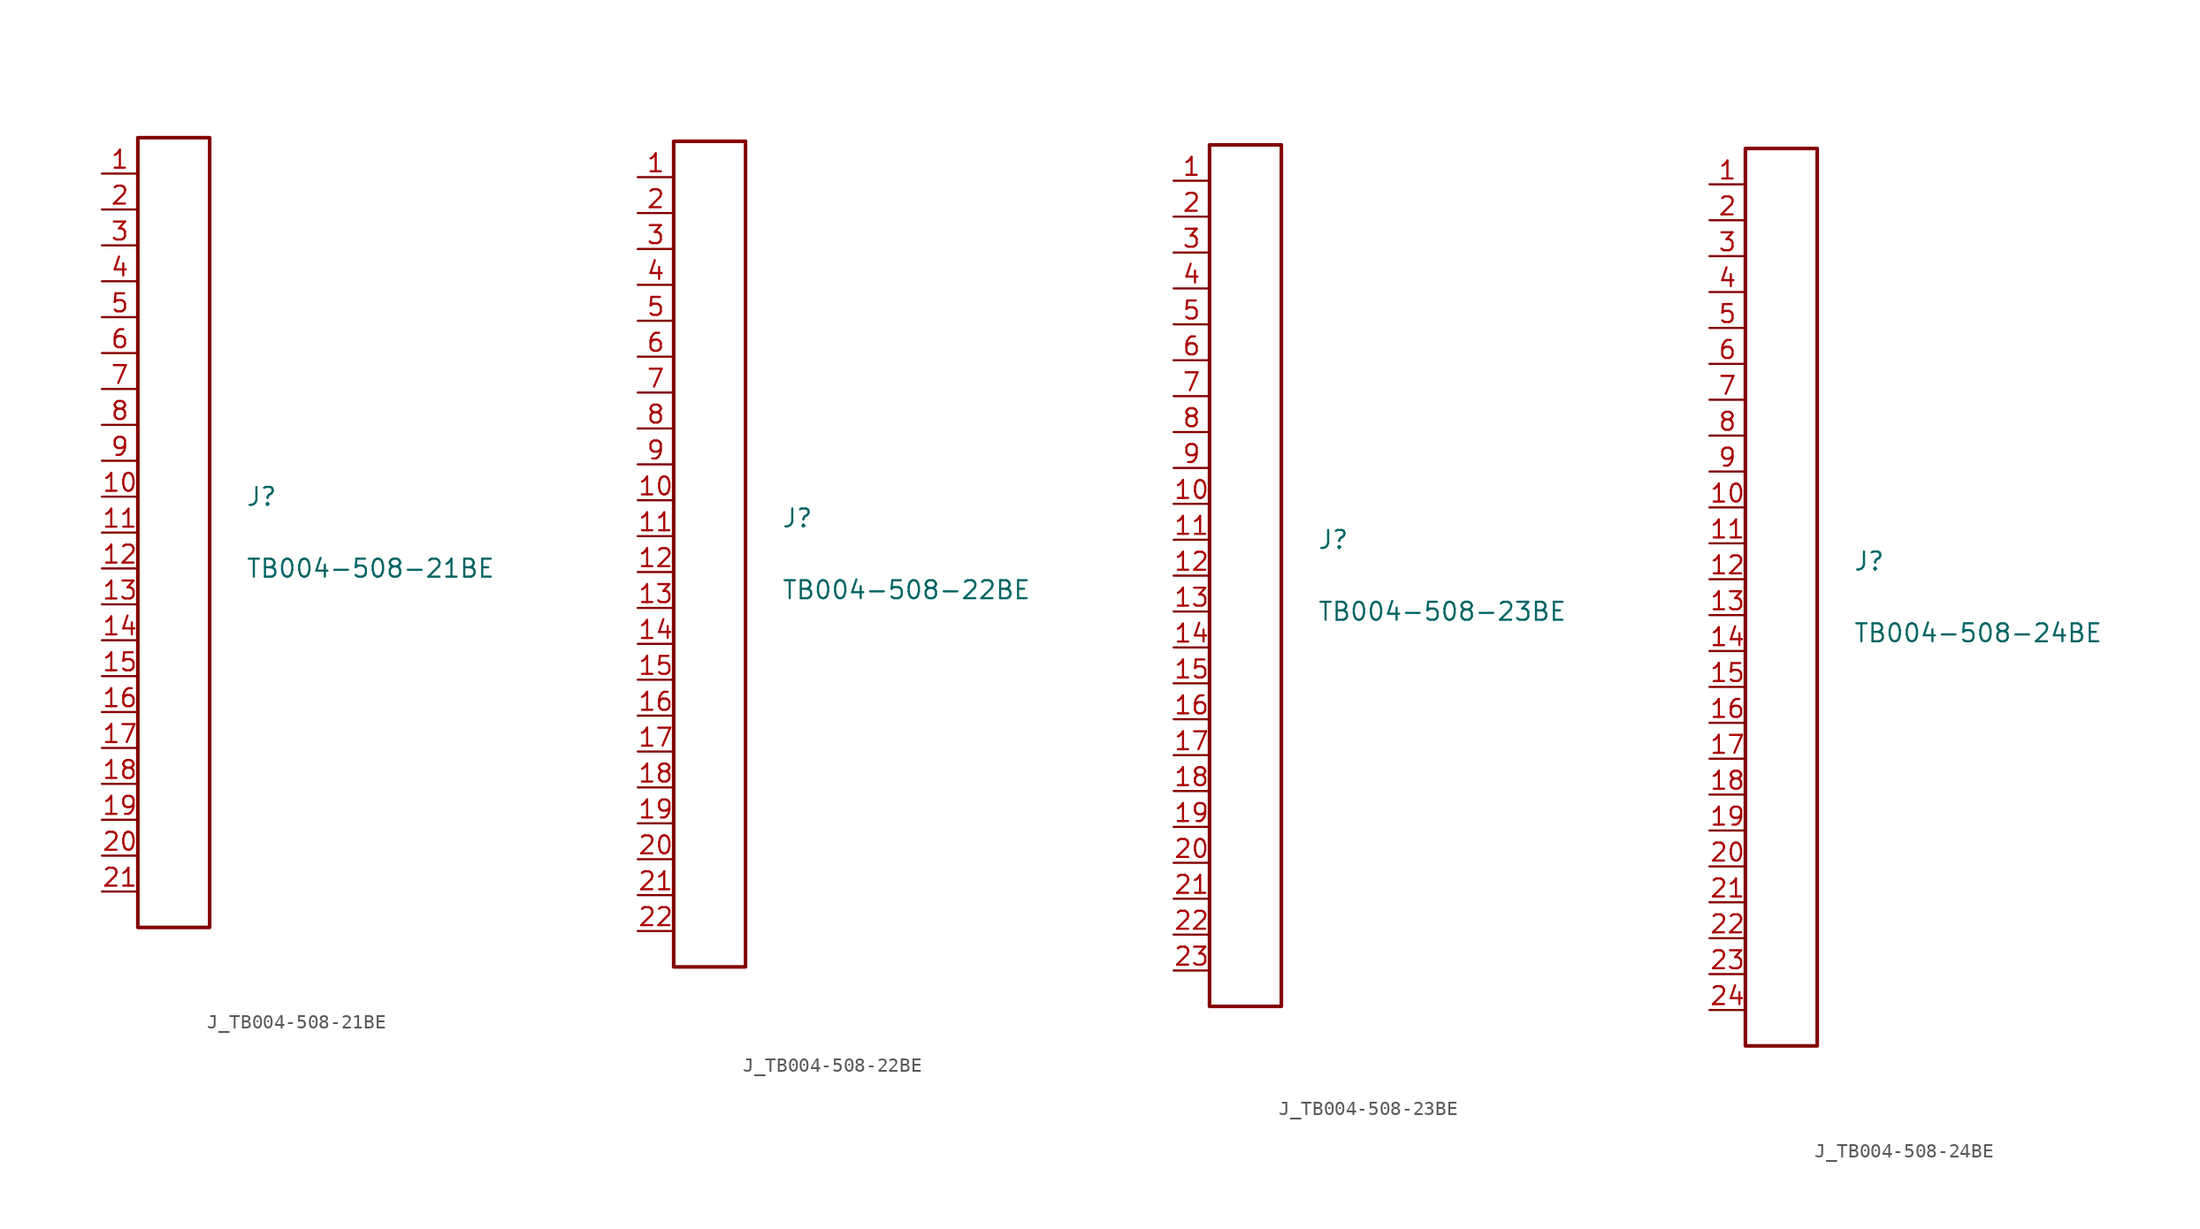
<source format=kicad_sym>
(kicad_symbol_lib
  (version 20231120)
  (generator kicad_symbol_editor)
  (generator_version 8.0)
  (symbol "J_TB004-508-21BE"
    (pin_names
      (offset 0.254))
    (property "Reference" "J"
      (at 5.08 2.54 0)
      (effects (font (size 1.27 1.27)) (justify left)))
    (property "Value" "TB004-508-21BE"
      (at 5.08 -2.54 0)
      (effects (font (size 1.27 1.27)) (justify left)))
    (symbol "J_TB004-508-21BE_0_0"
      (pin unspecified line (at -5.08 25.4 0) (length 2.54) (name "" (effects (font (size 1.27 1.27)))) (number "1" (effects (font (size 1.27 1.27)))))
      (pin unspecified line (at -5.08 22.86 0) (length 2.54) (name "" (effects (font (size 1.27 1.27)))) (number "2" (effects (font (size 1.27 1.27)))))
      (pin unspecified line (at -5.08 20.32 0) (length 2.54) (name "" (effects (font (size 1.27 1.27)))) (number "3" (effects (font (size 1.27 1.27)))))
      (pin unspecified line (at -5.08 17.78 0) (length 2.54) (name "" (effects (font (size 1.27 1.27)))) (number "4" (effects (font (size 1.27 1.27)))))
      (pin unspecified line (at -5.08 15.24 0) (length 2.54) (name "" (effects (font (size 1.27 1.27)))) (number "5" (effects (font (size 1.27 1.27)))))
      (pin unspecified line (at -5.08 12.7 0) (length 2.54) (name "" (effects (font (size 1.27 1.27)))) (number "6" (effects (font (size 1.27 1.27)))))
      (pin unspecified line (at -5.08 10.16 0) (length 2.54) (name "" (effects (font (size 1.27 1.27)))) (number "7" (effects (font (size 1.27 1.27)))))
      (pin unspecified line (at -5.08 7.62 0) (length 2.54) (name "" (effects (font (size 1.27 1.27)))) (number "8" (effects (font (size 1.27 1.27)))))
      (pin unspecified line (at -5.08 5.08 0) (length 2.54) (name "" (effects (font (size 1.27 1.27)))) (number "9" (effects (font (size 1.27 1.27)))))
      (pin unspecified line (at -5.08 2.54 0) (length 2.54) (name "" (effects (font (size 1.27 1.27)))) (number "10" (effects (font (size 1.27 1.27)))))
      (pin unspecified line (at -5.08 0.0 0) (length 2.54) (name "" (effects (font (size 1.27 1.27)))) (number "11" (effects (font (size 1.27 1.27)))))
      (pin unspecified line (at -5.08 -2.54 0) (length 2.54) (name "" (effects (font (size 1.27 1.27)))) (number "12" (effects (font (size 1.27 1.27)))))
      (pin unspecified line (at -5.08 -5.08 0) (length 2.54) (name "" (effects (font (size 1.27 1.27)))) (number "13" (effects (font (size 1.27 1.27)))))
      (pin unspecified line (at -5.08 -7.62 0) (length 2.54) (name "" (effects (font (size 1.27 1.27)))) (number "14" (effects (font (size 1.27 1.27)))))
      (pin unspecified line (at -5.08 -10.16 0) (length 2.54) (name "" (effects (font (size 1.27 1.27)))) (number "15" (effects (font (size 1.27 1.27)))))
      (pin unspecified line (at -5.08 -12.7 0) (length 2.54) (name "" (effects (font (size 1.27 1.27)))) (number "16" (effects (font (size 1.27 1.27)))))
      (pin unspecified line (at -5.08 -15.24 0) (length 2.54) (name "" (effects (font (size 1.27 1.27)))) (number "17" (effects (font (size 1.27 1.27)))))
      (pin unspecified line (at -5.08 -17.78 0) (length 2.54) (name "" (effects (font (size 1.27 1.27)))) (number "18" (effects (font (size 1.27 1.27)))))
      (pin unspecified line (at -5.08 -20.32 0) (length 2.54) (name "" (effects (font (size 1.27 1.27)))) (number "19" (effects (font (size 1.27 1.27)))))
      (pin unspecified line (at -5.08 -22.86 0) (length 2.54) (name "" (effects (font (size 1.27 1.27)))) (number "20" (effects (font (size 1.27 1.27)))))
      (pin unspecified line (at -5.08 -25.4 0) (length 2.54) (name "" (effects (font (size 1.27 1.27)))) (number "21" (effects (font (size 1.27 1.27))))))
    (symbol "J_TB004-508-21BE_1_0"
      (rectangle (start -2.54 27.94) (end 2.54 -27.94) (stroke (width 0.254) (type solid)) (fill (type none)))))
  (symbol "J_TB004-508-22BE"
    (pin_names
      (offset 0.254))
    (property "Reference" "J"
      (at 5.08 2.54 0)
      (effects (font (size 1.27 1.27)) (justify left)))
    (property "Value" "TB004-508-22BE"
      (at 5.08 -2.54 0)
      (effects (font (size 1.27 1.27)) (justify left)))
    (symbol "J_TB004-508-22BE_0_0"
      (pin unspecified line (at -5.08 26.67 0) (length 2.54) (name "" (effects (font (size 1.27 1.27)))) (number "1" (effects (font (size 1.27 1.27)))))
      (pin unspecified line (at -5.08 24.13 0) (length 2.54) (name "" (effects (font (size 1.27 1.27)))) (number "2" (effects (font (size 1.27 1.27)))))
      (pin unspecified line (at -5.08 21.59 0) (length 2.54) (name "" (effects (font (size 1.27 1.27)))) (number "3" (effects (font (size 1.27 1.27)))))
      (pin unspecified line (at -5.08 19.05 0) (length 2.54) (name "" (effects (font (size 1.27 1.27)))) (number "4" (effects (font (size 1.27 1.27)))))
      (pin unspecified line (at -5.08 16.51 0) (length 2.54) (name "" (effects (font (size 1.27 1.27)))) (number "5" (effects (font (size 1.27 1.27)))))
      (pin unspecified line (at -5.08 13.97 0) (length 2.54) (name "" (effects (font (size 1.27 1.27)))) (number "6" (effects (font (size 1.27 1.27)))))
      (pin unspecified line (at -5.08 11.43 0) (length 2.54) (name "" (effects (font (size 1.27 1.27)))) (number "7" (effects (font (size 1.27 1.27)))))
      (pin unspecified line (at -5.08 8.89 0) (length 2.54) (name "" (effects (font (size 1.27 1.27)))) (number "8" (effects (font (size 1.27 1.27)))))
      (pin unspecified line (at -5.08 6.35 0) (length 2.54) (name "" (effects (font (size 1.27 1.27)))) (number "9" (effects (font (size 1.27 1.27)))))
      (pin unspecified line (at -5.08 3.81 0) (length 2.54) (name "" (effects (font (size 1.27 1.27)))) (number "10" (effects (font (size 1.27 1.27)))))
      (pin unspecified line (at -5.08 1.27 0) (length 2.54) (name "" (effects (font (size 1.27 1.27)))) (number "11" (effects (font (size 1.27 1.27)))))
      (pin unspecified line (at -5.08 -1.27 0) (length 2.54) (name "" (effects (font (size 1.27 1.27)))) (number "12" (effects (font (size 1.27 1.27)))))
      (pin unspecified line (at -5.08 -3.81 0) (length 2.54) (name "" (effects (font (size 1.27 1.27)))) (number "13" (effects (font (size 1.27 1.27)))))
      (pin unspecified line (at -5.08 -6.35 0) (length 2.54) (name "" (effects (font (size 1.27 1.27)))) (number "14" (effects (font (size 1.27 1.27)))))
      (pin unspecified line (at -5.08 -8.89 0) (length 2.54) (name "" (effects (font (size 1.27 1.27)))) (number "15" (effects (font (size 1.27 1.27)))))
      (pin unspecified line (at -5.08 -11.43 0) (length 2.54) (name "" (effects (font (size 1.27 1.27)))) (number "16" (effects (font (size 1.27 1.27)))))
      (pin unspecified line (at -5.08 -13.97 0) (length 2.54) (name "" (effects (font (size 1.27 1.27)))) (number "17" (effects (font (size 1.27 1.27)))))
      (pin unspecified line (at -5.08 -16.51 0) (length 2.54) (name "" (effects (font (size 1.27 1.27)))) (number "18" (effects (font (size 1.27 1.27)))))
      (pin unspecified line (at -5.08 -19.05 0) (length 2.54) (name "" (effects (font (size 1.27 1.27)))) (number "19" (effects (font (size 1.27 1.27)))))
      (pin unspecified line (at -5.08 -21.59 0) (length 2.54) (name "" (effects (font (size 1.27 1.27)))) (number "20" (effects (font (size 1.27 1.27)))))
      (pin unspecified line (at -5.08 -24.13 0) (length 2.54) (name "" (effects (font (size 1.27 1.27)))) (number "21" (effects (font (size 1.27 1.27)))))
      (pin unspecified line (at -5.08 -26.67 0) (length 2.54) (name "" (effects (font (size 1.27 1.27)))) (number "22" (effects (font (size 1.27 1.27))))))
    (symbol "J_TB004-508-22BE_1_0"
      (rectangle (start -2.54 29.21) (end 2.54 -29.21) (stroke (width 0.254) (type solid)) (fill (type none)))))
  (symbol "J_TB004-508-23BE"
    (pin_names
      (offset 0.254))
    (property "Reference" "J"
      (at 5.08 2.54 0)
      (effects (font (size 1.27 1.27)) (justify left)))
    (property "Value" "TB004-508-23BE"
      (at 5.08 -2.54 0)
      (effects (font (size 1.27 1.27)) (justify left)))
    (symbol "J_TB004-508-23BE_0_0"
      (pin unspecified line (at -5.08 27.94 0) (length 2.54) (name "" (effects (font (size 1.27 1.27)))) (number "1" (effects (font (size 1.27 1.27)))))
      (pin unspecified line (at -5.08 25.4 0) (length 2.54) (name "" (effects (font (size 1.27 1.27)))) (number "2" (effects (font (size 1.27 1.27)))))
      (pin unspecified line (at -5.08 22.86 0) (length 2.54) (name "" (effects (font (size 1.27 1.27)))) (number "3" (effects (font (size 1.27 1.27)))))
      (pin unspecified line (at -5.08 20.32 0) (length 2.54) (name "" (effects (font (size 1.27 1.27)))) (number "4" (effects (font (size 1.27 1.27)))))
      (pin unspecified line (at -5.08 17.78 0) (length 2.54) (name "" (effects (font (size 1.27 1.27)))) (number "5" (effects (font (size 1.27 1.27)))))
      (pin unspecified line (at -5.08 15.24 0) (length 2.54) (name "" (effects (font (size 1.27 1.27)))) (number "6" (effects (font (size 1.27 1.27)))))
      (pin unspecified line (at -5.08 12.7 0) (length 2.54) (name "" (effects (font (size 1.27 1.27)))) (number "7" (effects (font (size 1.27 1.27)))))
      (pin unspecified line (at -5.08 10.16 0) (length 2.54) (name "" (effects (font (size 1.27 1.27)))) (number "8" (effects (font (size 1.27 1.27)))))
      (pin unspecified line (at -5.08 7.62 0) (length 2.54) (name "" (effects (font (size 1.27 1.27)))) (number "9" (effects (font (size 1.27 1.27)))))
      (pin unspecified line (at -5.08 5.08 0) (length 2.54) (name "" (effects (font (size 1.27 1.27)))) (number "10" (effects (font (size 1.27 1.27)))))
      (pin unspecified line (at -5.08 2.54 0) (length 2.54) (name "" (effects (font (size 1.27 1.27)))) (number "11" (effects (font (size 1.27 1.27)))))
      (pin unspecified line (at -5.08 0.0 0) (length 2.54) (name "" (effects (font (size 1.27 1.27)))) (number "12" (effects (font (size 1.27 1.27)))))
      (pin unspecified line (at -5.08 -2.54 0) (length 2.54) (name "" (effects (font (size 1.27 1.27)))) (number "13" (effects (font (size 1.27 1.27)))))
      (pin unspecified line (at -5.08 -5.08 0) (length 2.54) (name "" (effects (font (size 1.27 1.27)))) (number "14" (effects (font (size 1.27 1.27)))))
      (pin unspecified line (at -5.08 -7.62 0) (length 2.54) (name "" (effects (font (size 1.27 1.27)))) (number "15" (effects (font (size 1.27 1.27)))))
      (pin unspecified line (at -5.08 -10.16 0) (length 2.54) (name "" (effects (font (size 1.27 1.27)))) (number "16" (effects (font (size 1.27 1.27)))))
      (pin unspecified line (at -5.08 -12.7 0) (length 2.54) (name "" (effects (font (size 1.27 1.27)))) (number "17" (effects (font (size 1.27 1.27)))))
      (pin unspecified line (at -5.08 -15.24 0) (length 2.54) (name "" (effects (font (size 1.27 1.27)))) (number "18" (effects (font (size 1.27 1.27)))))
      (pin unspecified line (at -5.08 -17.78 0) (length 2.54) (name "" (effects (font (size 1.27 1.27)))) (number "19" (effects (font (size 1.27 1.27)))))
      (pin unspecified line (at -5.08 -20.32 0) (length 2.54) (name "" (effects (font (size 1.27 1.27)))) (number "20" (effects (font (size 1.27 1.27)))))
      (pin unspecified line (at -5.08 -22.86 0) (length 2.54) (name "" (effects (font (size 1.27 1.27)))) (number "21" (effects (font (size 1.27 1.27)))))
      (pin unspecified line (at -5.08 -25.4 0) (length 2.54) (name "" (effects (font (size 1.27 1.27)))) (number "22" (effects (font (size 1.27 1.27)))))
      (pin unspecified line (at -5.08 -27.94 0) (length 2.54) (name "" (effects (font (size 1.27 1.27)))) (number "23" (effects (font (size 1.27 1.27))))))
    (symbol "J_TB004-508-23BE_1_0"
      (rectangle (start -2.54 30.48) (end 2.54 -30.48) (stroke (width 0.254) (type solid)) (fill (type none)))))
  (symbol "J_TB004-508-24BE"
    (pin_names
      (offset 0.254))
    (property "Reference" "J"
      (at 5.08 2.54 0)
      (effects (font (size 1.27 1.27)) (justify left)))
    (property "Value" "TB004-508-24BE"
      (at 5.08 -2.54 0)
      (effects (font (size 1.27 1.27)) (justify left)))
    (symbol "J_TB004-508-24BE_0_0"
      (pin unspecified line (at -5.08 29.21 0) (length 2.54) (name "" (effects (font (size 1.27 1.27)))) (number "1" (effects (font (size 1.27 1.27)))))
      (pin unspecified line (at -5.08 26.67 0) (length 2.54) (name "" (effects (font (size 1.27 1.27)))) (number "2" (effects (font (size 1.27 1.27)))))
      (pin unspecified line (at -5.08 24.13 0) (length 2.54) (name "" (effects (font (size 1.27 1.27)))) (number "3" (effects (font (size 1.27 1.27)))))
      (pin unspecified line (at -5.08 21.59 0) (length 2.54) (name "" (effects (font (size 1.27 1.27)))) (number "4" (effects (font (size 1.27 1.27)))))
      (pin unspecified line (at -5.08 19.05 0) (length 2.54) (name "" (effects (font (size 1.27 1.27)))) (number "5" (effects (font (size 1.27 1.27)))))
      (pin unspecified line (at -5.08 16.51 0) (length 2.54) (name "" (effects (font (size 1.27 1.27)))) (number "6" (effects (font (size 1.27 1.27)))))
      (pin unspecified line (at -5.08 13.97 0) (length 2.54) (name "" (effects (font (size 1.27 1.27)))) (number "7" (effects (font (size 1.27 1.27)))))
      (pin unspecified line (at -5.08 11.43 0) (length 2.54) (name "" (effects (font (size 1.27 1.27)))) (number "8" (effects (font (size 1.27 1.27)))))
      (pin unspecified line (at -5.08 8.89 0) (length 2.54) (name "" (effects (font (size 1.27 1.27)))) (number "9" (effects (font (size 1.27 1.27)))))
      (pin unspecified line (at -5.08 6.35 0) (length 2.54) (name "" (effects (font (size 1.27 1.27)))) (number "10" (effects (font (size 1.27 1.27)))))
      (pin unspecified line (at -5.08 3.81 0) (length 2.54) (name "" (effects (font (size 1.27 1.27)))) (number "11" (effects (font (size 1.27 1.27)))))
      (pin unspecified line (at -5.08 1.27 0) (length 2.54) (name "" (effects (font (size 1.27 1.27)))) (number "12" (effects (font (size 1.27 1.27)))))
      (pin unspecified line (at -5.08 -1.27 0) (length 2.54) (name "" (effects (font (size 1.27 1.27)))) (number "13" (effects (font (size 1.27 1.27)))))
      (pin unspecified line (at -5.08 -3.81 0) (length 2.54) (name "" (effects (font (size 1.27 1.27)))) (number "14" (effects (font (size 1.27 1.27)))))
      (pin unspecified line (at -5.08 -6.35 0) (length 2.54) (name "" (effects (font (size 1.27 1.27)))) (number "15" (effects (font (size 1.27 1.27)))))
      (pin unspecified line (at -5.08 -8.89 0) (length 2.54) (name "" (effects (font (size 1.27 1.27)))) (number "16" (effects (font (size 1.27 1.27)))))
      (pin unspecified line (at -5.08 -11.43 0) (length 2.54) (name "" (effects (font (size 1.27 1.27)))) (number "17" (effects (font (size 1.27 1.27)))))
      (pin unspecified line (at -5.08 -13.97 0) (length 2.54) (name "" (effects (font (size 1.27 1.27)))) (number "18" (effects (font (size 1.27 1.27)))))
      (pin unspecified line (at -5.08 -16.51 0) (length 2.54) (name "" (effects (font (size 1.27 1.27)))) (number "19" (effects (font (size 1.27 1.27)))))
      (pin unspecified line (at -5.08 -19.05 0) (length 2.54) (name "" (effects (font (size 1.27 1.27)))) (number "20" (effects (font (size 1.27 1.27)))))
      (pin unspecified line (at -5.08 -21.59 0) (length 2.54) (name "" (effects (font (size 1.27 1.27)))) (number "21" (effects (font (size 1.27 1.27)))))
      (pin unspecified line (at -5.08 -24.13 0) (length 2.54) (name "" (effects (font (size 1.27 1.27)))) (number "22" (effects (font (size 1.27 1.27)))))
      (pin unspecified line (at -5.08 -26.67 0) (length 2.54) (name "" (effects (font (size 1.27 1.27)))) (number "23" (effects (font (size 1.27 1.27)))))
      (pin unspecified line (at -5.08 -29.21 0) (length 2.54) (name "" (effects (font (size 1.27 1.27)))) (number "24" (effects (font (size 1.27 1.27))))))
    (symbol "J_TB004-508-24BE_1_0"
      (rectangle (start -2.54 31.75) (end 2.54 -31.75) (stroke (width 0.254) (type solid)) (fill (type none))))))
</source>
